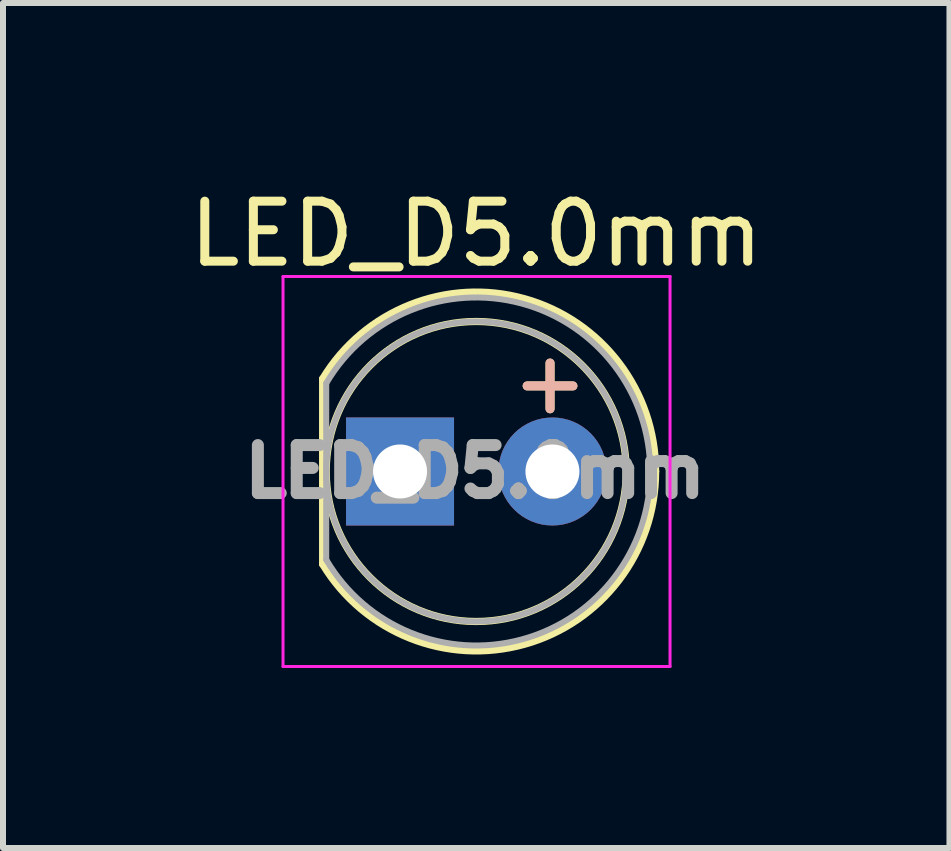
<source format=kicad_pcb>
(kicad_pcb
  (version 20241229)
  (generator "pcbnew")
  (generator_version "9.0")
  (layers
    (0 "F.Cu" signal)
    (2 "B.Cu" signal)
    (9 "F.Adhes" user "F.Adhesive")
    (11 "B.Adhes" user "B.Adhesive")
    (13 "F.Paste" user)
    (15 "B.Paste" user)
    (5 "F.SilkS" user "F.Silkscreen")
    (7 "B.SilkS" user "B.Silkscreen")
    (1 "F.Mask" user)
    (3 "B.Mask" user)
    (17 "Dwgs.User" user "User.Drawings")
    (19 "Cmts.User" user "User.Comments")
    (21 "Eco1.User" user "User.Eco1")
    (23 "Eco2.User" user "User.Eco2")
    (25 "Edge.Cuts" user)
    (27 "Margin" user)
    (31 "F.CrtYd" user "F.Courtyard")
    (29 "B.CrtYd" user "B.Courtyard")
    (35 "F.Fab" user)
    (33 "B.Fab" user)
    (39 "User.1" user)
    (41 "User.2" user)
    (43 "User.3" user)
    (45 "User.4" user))
  (footprint "LED_D5.0mm"
    (layer "F.Cu")
    (at 3.617 4.808)
    (property "Reference" "LED_D5.0mm" (at 1.27 -3.96 0) (layer "F.SilkS") (effects (font (size 1 1) (thickness 0.15))))
    (attr through_hole)
    (fp_line (start -1.29 -1.545) (end -1.29 1.545) (stroke (width 0.12) (type solid)) (layer "F.SilkS"))
    (fp_arc (start -1.29 -1.54483) (mid 2.072002 -2.880433) (end 4.26 0.000462) (stroke (width 0.12) (type solid)) (layer "F.SilkS"))
    (fp_arc (start 4.26 -0.000462) (mid 2.072002 2.880433) (end -1.29 1.54483) (stroke (width 0.12) (type solid)) (layer "F.SilkS"))
    (fp_circle (center 1.27 0) (end 3.77 0) (stroke (width 0.12) (type solid)) (fill no) (layer "F.SilkS"))
    (fp_line (start -1.95 -3.25) (end -1.95 3.25) (stroke (width 0.05) (type solid)) (layer "F.CrtYd"))
    (fp_line (start -1.95 3.25) (end 4.5 3.25) (stroke (width 0.05) (type solid)) (layer "F.CrtYd"))
    (fp_line (start 4.5 -3.25) (end -1.95 -3.25) (stroke (width 0.05) (type solid)) (layer "F.CrtYd"))
    (fp_line (start 4.5 3.25) (end 4.5 -3.25) (stroke (width 0.05) (type solid)) (layer "F.CrtYd"))
    (fp_line (start -1.23 -1.47) (end -1.23 1.47) (stroke (width 0.1) (type solid)) (layer "F.Fab"))
    (fp_arc (start -1.23 -1.469694) (mid 4.17 0.000016) (end -1.230016 1.469666) (stroke (width 0.1) (type solid)) (layer "F.Fab"))
    (fp_circle (center 1.27 0) (end 3.77 0) (stroke (width 0.1) (type solid)) (fill no) (layer "F.Fab"))
    (fp_text user "+" (at 2.5 -1.5 0) (layer "F.SilkS") (effects (font (size 1 1) (thickness 0.15))))
    (fp_text user "+" (at 2.5 -1.5 0) (layer "B.SilkS") (effects (font (size 1 1) (thickness 0.15)) (justify mirror)))
    (fp_text user "${REFERENCE}" (at 1.25 0 0) (layer "F.Fab") (effects (font (size 0.8 0.8) (thickness 0.2))))
    (pad "1" thru_hole rect (at 0 0) (size 1.8 1.8) (drill 0.9) (layers "*.Cu" "*.Mask"))
    (pad "2" thru_hole circle (at 2.54 0) (size 1.8 1.8) (drill 0.9) (layers "*.Cu" "*.Mask")))
  (gr_rect
    (start -3 -3)
    (end 12.774 11.083)
    (stroke (width 0.1) (type default))
    (fill no)
    (layer "Edge.Cuts")))
</source>
